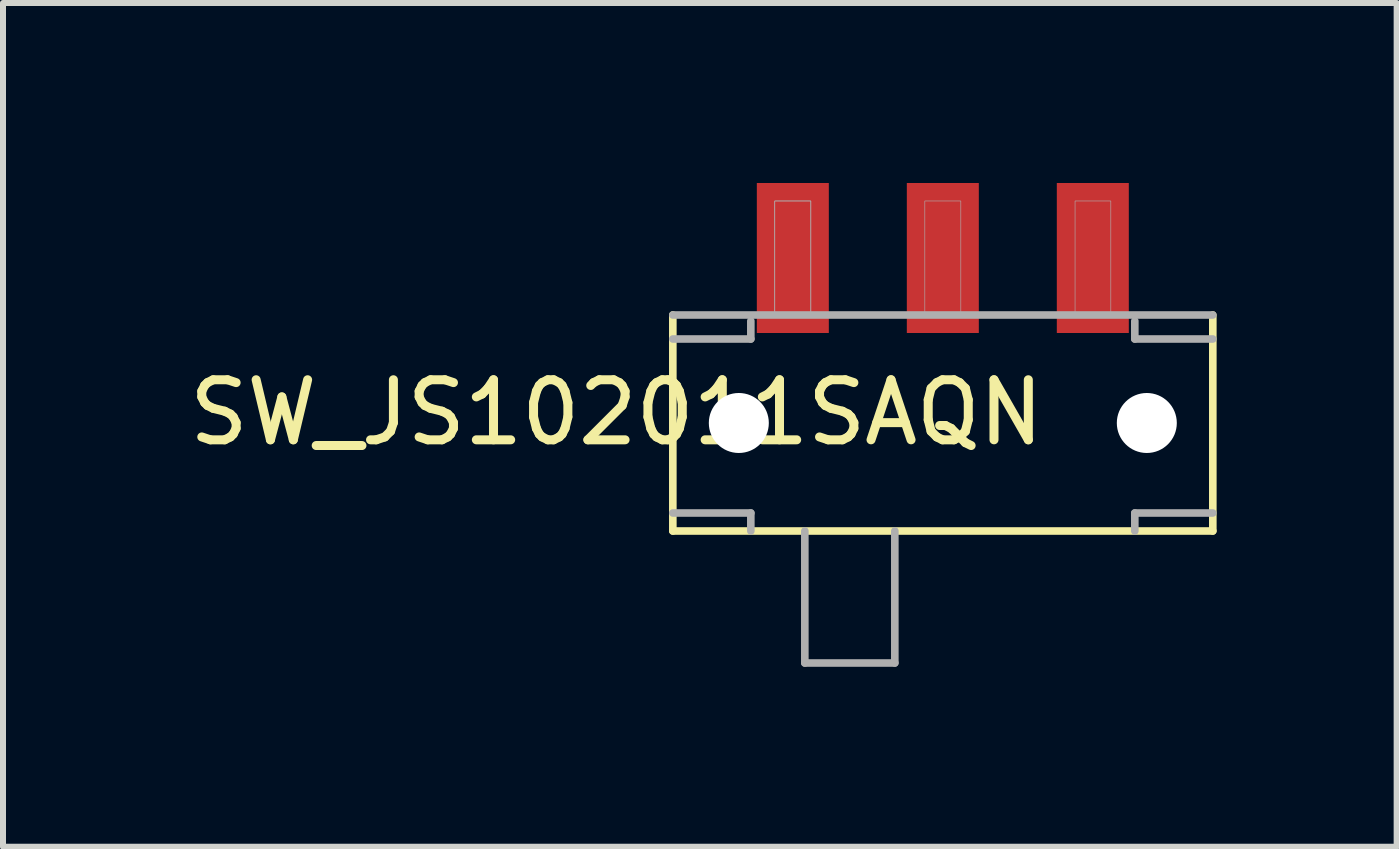
<source format=kicad_pcb>
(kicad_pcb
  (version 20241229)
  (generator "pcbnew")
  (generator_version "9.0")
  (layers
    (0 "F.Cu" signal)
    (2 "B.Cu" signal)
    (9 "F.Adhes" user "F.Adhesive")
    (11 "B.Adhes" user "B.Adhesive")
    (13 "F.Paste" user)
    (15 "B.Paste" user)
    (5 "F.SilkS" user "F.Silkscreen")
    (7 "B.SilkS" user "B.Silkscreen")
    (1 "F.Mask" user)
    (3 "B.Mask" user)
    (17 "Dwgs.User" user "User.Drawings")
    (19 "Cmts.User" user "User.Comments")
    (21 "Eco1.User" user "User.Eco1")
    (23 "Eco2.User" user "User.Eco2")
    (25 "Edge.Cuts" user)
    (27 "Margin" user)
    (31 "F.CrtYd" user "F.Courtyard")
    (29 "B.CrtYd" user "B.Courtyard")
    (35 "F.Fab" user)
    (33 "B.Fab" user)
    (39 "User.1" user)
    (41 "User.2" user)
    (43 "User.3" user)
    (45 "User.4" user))
  (footprint "SW_JS102011SAQN"
    (layer "F.Cu")
    (at 12.664 4)
    (property "Reference" "SW_JS102011SAQN" (at -5.439 -0.175 180) (layer "F.SilkS") (effects (font (size 1.001 1.001) (thickness 0.15))))
    (attr through_hole)
    (fp_line (start -4.5 -1.8) (end -4.5 1.8) (stroke (width 0.127) (type solid)) (layer "F.SilkS"))
    (fp_line (start -4.5 1.8) (end 4.5 1.8) (stroke (width 0.127) (type solid)) (layer "F.SilkS"))
    (fp_line (start 4.5 -1.8) (end 4.5 1.8) (stroke (width 0.127) (type solid)) (layer "F.SilkS"))
    (fp_line (start -4.5 -1.8) (end 4.5 -1.8) (stroke (width 0.127) (type solid)) (layer "F.Fab"))
    (fp_line (start -4.5 -1.4) (end -3.2 -1.4) (stroke (width 0.127) (type solid)) (layer "F.Fab"))
    (fp_line (start -4.5 1.5) (end -3.2 1.5) (stroke (width 0.127) (type solid)) (layer "F.Fab"))
    (fp_line (start -3.2 -1.7) (end -3.2 -1.4) (stroke (width 0.127) (type solid)) (layer "F.Fab"))
    (fp_line (start -3.2 1.5) (end -3.2 1.8) (stroke (width 0.127) (type solid)) (layer "F.Fab"))
    (fp_line (start -2.3 1.8) (end -2.3 4) (stroke (width 0.127) (type solid)) (layer "F.Fab"))
    (fp_line (start -2.3 4) (end -0.8 4) (stroke (width 0.127) (type solid)) (layer "F.Fab"))
    (fp_line (start -0.8 4) (end -0.8 1.8) (stroke (width 0.127) (type solid)) (layer "F.Fab"))
    (fp_line (start 3.2 -1.7) (end 3.2 -1.4) (stroke (width 0.127) (type solid)) (layer "F.Fab"))
    (fp_line (start 3.2 -1.4) (end 4.5 -1.4) (stroke (width 0.127) (type solid)) (layer "F.Fab"))
    (fp_line (start 3.2 1.5) (end 3.2 1.8) (stroke (width 0.127) (type solid)) (layer "F.Fab"))
    (fp_line (start 3.2 1.5) (end 4.5 1.5) (stroke (width 0.127) (type solid)) (layer "F.Fab"))
    (fp_poly (pts (xy -2.801 -3.7) (xy -2.2 -3.7) (xy -2.2 -1.801) (xy -2.801 -1.801)) (stroke (width 0.01) (type solid)) (fill no) (layer "F.Fab"))
    (fp_poly (pts (xy -2.801 -3.7) (xy -2.2 -3.7) (xy -2.2 -1.801) (xy -2.801 -1.801)) (stroke (width 0.01) (type solid)) (fill no) (layer "F.Fab"))
    (fp_poly (pts (xy -0.3 -3.7) (xy 0.3 -3.7) (xy 0.3 -1.8) (xy -0.3 -1.8)) (stroke (width 0.01) (type solid)) (fill no) (layer "F.Fab"))
    (fp_poly (pts (xy 2.204 -3.7) (xy 2.8 -3.7) (xy 2.8 -1.803) (xy 2.204 -1.803)) (stroke (width 0.01) (type solid)) (fill no) (layer "F.Fab"))
    (pad "" np_thru_hole circle (at -3.4 0) (size 1 1) (drill 1) (layers "*.Cu" "*.Mask"))
    (pad "" np_thru_hole circle (at 3.4 0) (size 1 1) (drill 1) (layers "*.Cu" "*.Mask"))
    (pad "1" smd rect (at -2.5 -2.75) (size 1.2 2.5) (layers "F.Cu" "F.Mask" "F.Paste"))
    (pad "2" smd rect (at 0 -2.75) (size 1.2 2.5) (layers "F.Cu" "F.Mask" "F.Paste"))
    (pad "3" smd rect (at 2.5 -2.75) (size 1.2 2.5) (layers "F.Cu" "F.Mask" "F.Paste")))
  (gr_rect
    (start -3 -3)
    (end 20.228 11.063)
    (stroke (width 0.1) (type default))
    (fill no)
    (layer "Edge.Cuts")))
</source>
